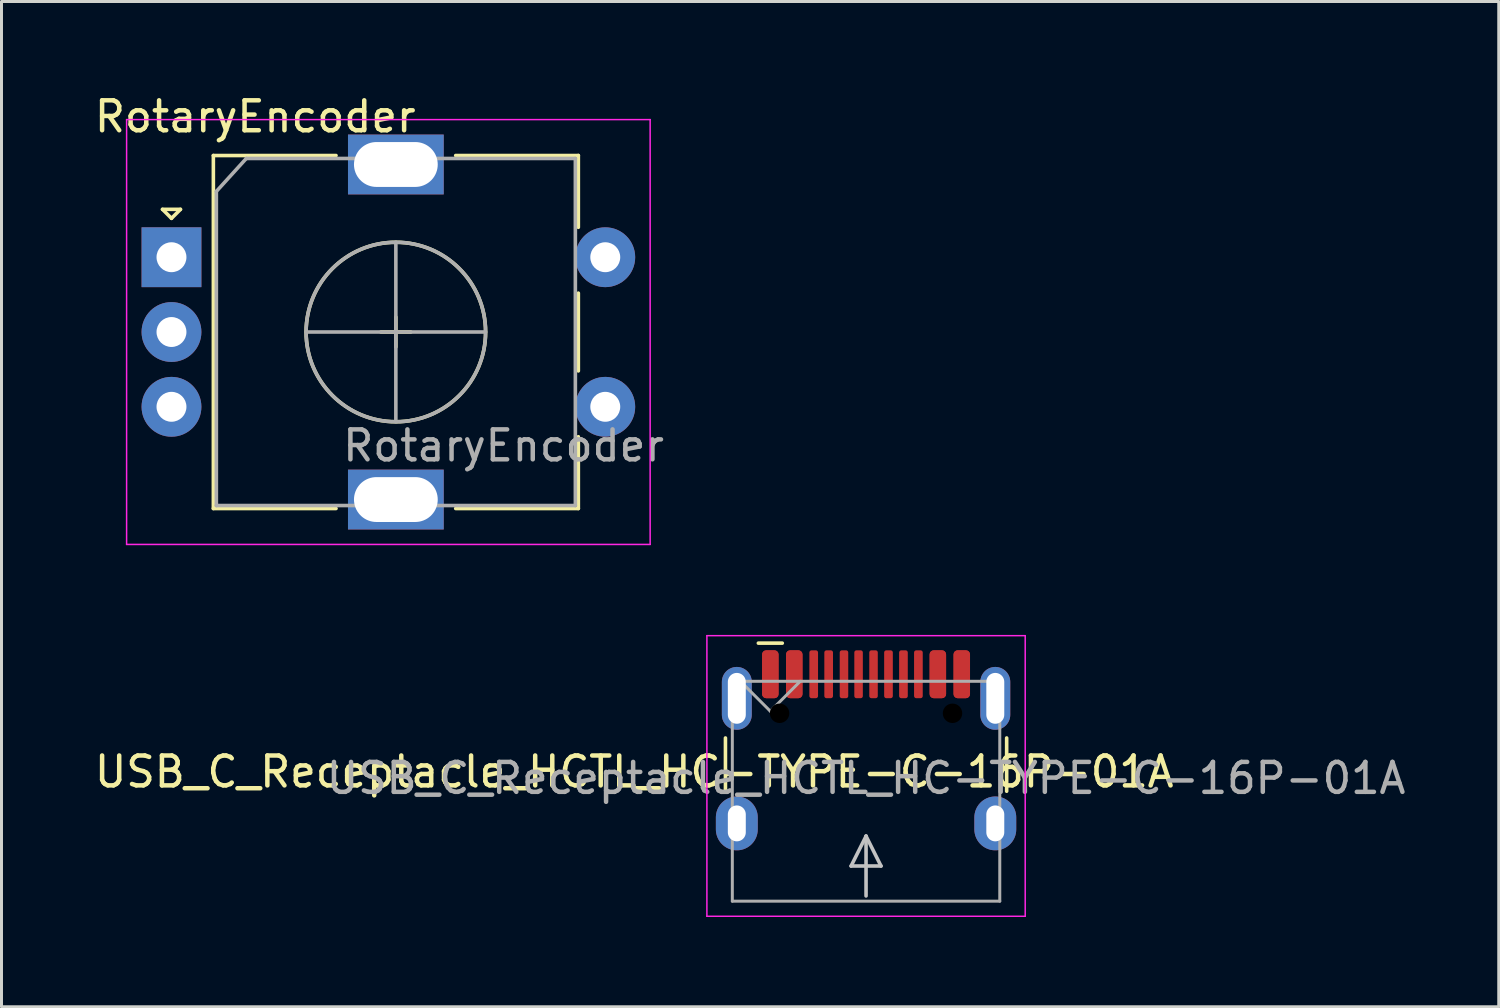
<source format=kicad_pcb>
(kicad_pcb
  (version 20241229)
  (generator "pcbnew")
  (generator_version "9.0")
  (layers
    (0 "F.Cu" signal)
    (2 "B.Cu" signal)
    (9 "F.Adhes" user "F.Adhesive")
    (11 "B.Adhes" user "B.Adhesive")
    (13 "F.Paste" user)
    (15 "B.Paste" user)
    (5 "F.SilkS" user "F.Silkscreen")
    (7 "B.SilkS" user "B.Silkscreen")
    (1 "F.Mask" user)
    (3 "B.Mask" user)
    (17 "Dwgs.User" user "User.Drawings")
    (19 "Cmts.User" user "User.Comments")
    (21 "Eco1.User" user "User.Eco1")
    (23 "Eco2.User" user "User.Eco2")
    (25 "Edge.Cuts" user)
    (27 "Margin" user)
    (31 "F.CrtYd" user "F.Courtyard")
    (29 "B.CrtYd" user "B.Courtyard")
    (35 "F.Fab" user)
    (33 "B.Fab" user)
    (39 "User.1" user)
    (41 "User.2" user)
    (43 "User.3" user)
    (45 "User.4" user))
  (footprint "RotaryEncoder"
    (layer "F.Cu")
    (at 2.682 5.548)
    (property "Reference" "RotaryEncoder" (at 2.8 -4.7 0) (layer "F.SilkS") (effects (font (size 1 1) (thickness 0.15))))
    (attr through_hole)
    (fp_line (start -0.3 -1.6) (end 0.3 -1.6) (stroke (width 0.12) (type solid)) (layer "F.SilkS"))
    (fp_line (start 0 -1.3) (end -0.3 -1.6) (stroke (width 0.12) (type solid)) (layer "F.SilkS"))
    (fp_line (start 0.3 -1.6) (end 0 -1.3) (stroke (width 0.12) (type solid)) (layer "F.SilkS"))
    (fp_line (start 1.4 -3.4) (end 1.4 8.4) (stroke (width 0.12) (type solid)) (layer "F.SilkS"))
    (fp_line (start 5.5 -3.4) (end 1.4 -3.4) (stroke (width 0.12) (type solid)) (layer "F.SilkS"))
    (fp_line (start 5.5 8.4) (end 1.4 8.4) (stroke (width 0.12) (type solid)) (layer "F.SilkS"))
    (fp_line (start 7 2.5) (end 8 2.5) (stroke (width 0.12) (type solid)) (layer "F.SilkS"))
    (fp_line (start 7.5 2) (end 7.5 3) (stroke (width 0.12) (type solid)) (layer "F.SilkS"))
    (fp_line (start 9.5 -3.4) (end 13.6 -3.4) (stroke (width 0.12) (type solid)) (layer "F.SilkS"))
    (fp_line (start 13.6 -3.4) (end 13.6 -1) (stroke (width 0.12) (type solid)) (layer "F.SilkS"))
    (fp_line (start 13.6 1.2) (end 13.6 3.8) (stroke (width 0.12) (type solid)) (layer "F.SilkS"))
    (fp_line (start 13.6 6) (end 13.6 8.4) (stroke (width 0.12) (type solid)) (layer "F.SilkS"))
    (fp_line (start 13.6 8.4) (end 9.5 8.4) (stroke (width 0.12) (type solid)) (layer "F.SilkS"))
    (fp_circle (center 7.5 2.5) (end 10.5 2.5) (stroke (width 0.12) (type solid)) (fill no) (layer "F.SilkS"))
    (fp_line (start -1.5 -4.6) (end -1.5 9.6) (stroke (width 0.05) (type solid)) (layer "F.CrtYd"))
    (fp_line (start -1.5 -4.6) (end 16 -4.6) (stroke (width 0.05) (type solid)) (layer "F.CrtYd"))
    (fp_line (start 16 9.6) (end -1.5 9.6) (stroke (width 0.05) (type solid)) (layer "F.CrtYd"))
    (fp_line (start 16 9.6) (end 16 -4.6) (stroke (width 0.05) (type solid)) (layer "F.CrtYd"))
    (fp_line (start 1.5 -2.2) (end 2.5 -3.3) (stroke (width 0.12) (type solid)) (layer "F.Fab"))
    (fp_line (start 1.5 8.3) (end 1.5 -2.2) (stroke (width 0.12) (type solid)) (layer "F.Fab"))
    (fp_line (start 2.5 -3.3) (end 13.5 -3.3) (stroke (width 0.12) (type solid)) (layer "F.Fab"))
    (fp_line (start 4.5 2.5) (end 10.5 2.5) (stroke (width 0.12) (type solid)) (layer "F.Fab"))
    (fp_line (start 7.5 -0.5) (end 7.5 5.5) (stroke (width 0.12) (type solid)) (layer "F.Fab"))
    (fp_line (start 13.5 -3.3) (end 13.5 8.3) (stroke (width 0.12) (type solid)) (layer "F.Fab"))
    (fp_line (start 13.5 8.3) (end 1.5 8.3) (stroke (width 0.12) (type solid)) (layer "F.Fab"))
    (fp_circle (center 7.5 2.5) (end 10.5 2.5) (stroke (width 0.12) (type solid)) (fill no) (layer "F.Fab"))
    (fp_text user "${REFERENCE}" (at 11.1 6.3 0) (layer "F.Fab") (effects (font (size 1 1) (thickness 0.15))))
    (pad "A" thru_hole rect (at 0 0) (size 2 2) (drill 1) (layers "*.Cu" "*.Mask"))
    (pad "B" thru_hole circle (at 0 5) (size 2 2) (drill 1) (layers "*.Cu" "*.Mask"))
    (pad "C" thru_hole circle (at 0 2.5) (size 2 2) (drill 1) (layers "*.Cu" "*.Mask"))
    (pad "MP" thru_hole rect (at 7.5 -3.1) (size 3.2 2) (drill oval 2.8 1.5) (layers "*.Cu" "*.Mask"))
    (pad "MP" thru_hole rect (at 7.5 8.1) (size 3.2 2) (drill oval 2.8 1.5) (layers "*.Cu" "*.Mask"))
    (pad "S1" thru_hole circle (at 14.5 5) (size 2 2) (drill 1) (layers "*.Cu" "*.Mask"))
    (pad "S2" thru_hole circle (at 14.5 0) (size 2 2) (drill 1) (layers "*.Cu" "*.Mask")))
  (footprint "USB_C_Receptacle_HCTL_HC-TYPE-C-16P-01A"
    (layer "F.Cu")
    (at 25.899 23.398)
    (property "Reference" "USB_C_Receptacle_HCTL_HC-TYPE-C-16P-01A" (at -7.75 -0.65 0) (layer "F.SilkS") (effects (font (size 1 1) (thickness 0.15))))
    (attr smd)
    (fp_line (start -4.7 -1.78) (end -4.7 0) (stroke (width 0.12) (type solid)) (layer "F.SilkS"))
    (fp_line (start -2.8 -4.95) (end -3.6 -4.95) (stroke (width 0.12) (type default)) (layer "F.SilkS"))
    (fp_line (start 4.7 -1.78) (end 4.7 0) (stroke (width 0.12) (type solid)) (layer "F.SilkS"))
    (fp_line (start -0.5 2.5) (end 0 1.5) (stroke (width 0.12) (type default)) (layer "Dwgs.User"))
    (fp_line (start 0 1.5) (end 0.5 2.5) (stroke (width 0.12) (type default)) (layer "Dwgs.User"))
    (fp_line (start 0 3.5) (end 0 1.5) (stroke (width 0.12) (type default)) (layer "Dwgs.User"))
    (fp_line (start 0.5 2.5) (end -0.5 2.5) (stroke (width 0.12) (type default)) (layer "Dwgs.User"))
    (fp_line (start -5.32 -5.2) (end -5.32 4.18) (stroke (width 0.05) (type solid)) (layer "F.CrtYd"))
    (fp_line (start -5.32 -5.2) (end 5.32 -5.2) (stroke (width 0.05) (type solid)) (layer "F.CrtYd"))
    (fp_line (start -5.32 4.18) (end 5.32 4.18) (stroke (width 0.05) (type solid)) (layer "F.CrtYd"))
    (fp_line (start 5.32 -5.2) (end 5.32 4.18) (stroke (width 0.05) (type solid)) (layer "F.CrtYd"))
    (fp_line (start -4.47 -3.675) (end -4.47 3.675) (stroke (width 0.1) (type solid)) (layer "F.Fab"))
    (fp_line (start -4.47 -3.675) (end 4.47 -3.675) (stroke (width 0.1) (type solid)) (layer "F.Fab"))
    (fp_line (start -4.47 3.675) (end 4.47 3.675) (stroke (width 0.1) (type solid)) (layer "F.Fab"))
    (fp_line (start -3.2 -2.675) (end -4.2 -3.675) (stroke (width 0.1) (type default)) (layer "F.Fab"))
    (fp_line (start -3.2 -2.675) (end -2.2 -3.675) (stroke (width 0.1) (type default)) (layer "F.Fab"))
    (fp_line (start 4.47 -3.675) (end 4.47 3.675) (stroke (width 0.1) (type solid)) (layer "F.Fab"))
    (fp_text user "${REFERENCE}" (at 0 -0.435 0) (unlocked yes) (layer "F.Fab") (effects (font (size 1 1) (thickness 0.15))))
    (pad "" np_thru_hole circle (at -2.89 -2.605) (size 0.65 0.65) (drill 0.65) (layers "*.Mask"))
    (pad "" np_thru_hole circle (at 2.89 -2.605) (size 0.65 0.65) (drill 0.65) (layers "*.Mask"))
    (pad "A1" smd roundrect (at -3.2 -3.91) (size 0.55 1.6) (layers "F.Cu" "F.Mask" "F.Paste") (roundrect_rratio 0.25))
    (pad "A4" smd roundrect (at -2.4 -3.91) (size 0.55 1.6) (layers "F.Cu" "F.Mask" "F.Paste") (roundrect_rratio 0.25))
    (pad "A5" smd roundrect (at -1.25 -3.91) (size 0.29 1.6) (layers "F.Cu" "F.Mask" "F.Paste") (roundrect_rratio 0.25))
    (pad "A6" smd roundrect (at -0.25 -3.91) (size 0.285 1.6) (layers "F.Cu" "F.Mask" "F.Paste") (roundrect_rratio 0.25))
    (pad "A7" smd roundrect (at 0.25 -3.91) (size 0.285 1.6) (layers "F.Cu" "F.Mask" "F.Paste") (roundrect_rratio 0.25))
    (pad "A8" smd roundrect (at 1.25 -3.91) (size 0.29 1.6) (layers "F.Cu" "F.Mask" "F.Paste") (roundrect_rratio 0.25))
    (pad "A9" smd roundrect (at 2.4 -3.91) (size 0.55 1.6) (layers "F.Cu" "F.Mask" "F.Paste") (roundrect_rratio 0.25))
    (pad "A12" smd roundrect (at 3.2 -3.91) (size 0.55 1.6) (layers "F.Cu" "F.Mask" "F.Paste") (roundrect_rratio 0.25))
    (pad "B1" smd roundrect (at 3.2 -3.91) (size 0.55 1.6) (layers "F.Cu" "F.Mask" "F.Paste") (roundrect_rratio 0.25))
    (pad "B4" smd roundrect (at 2.4 -3.91) (size 0.55 1.6) (layers "F.Cu" "F.Mask" "F.Paste") (roundrect_rratio 0.25))
    (pad "B5" smd roundrect (at 1.75 -3.91) (size 0.29 1.6) (layers "F.Cu" "F.Mask" "F.Paste") (roundrect_rratio 0.25))
    (pad "B6" smd roundrect (at 0.75 -3.91) (size 0.29 1.6) (layers "F.Cu" "F.Mask" "F.Paste") (roundrect_rratio 0.25))
    (pad "B7" smd roundrect (at -0.738 -3.91) (size 0.285 1.6) (layers "F.Cu" "F.Mask" "F.Paste") (roundrect_rratio 0.25))
    (pad "B8" smd roundrect (at -1.75 -3.91) (size 0.29 1.6) (layers "F.Cu" "F.Mask" "F.Paste") (roundrect_rratio 0.25))
    (pad "B9" smd roundrect (at -2.4 -3.91) (size 0.55 1.6) (layers "F.Cu" "F.Mask" "F.Paste") (roundrect_rratio 0.25))
    (pad "B12" smd roundrect (at -3.2 -3.91) (size 0.55 1.6) (layers "F.Cu" "F.Mask" "F.Paste") (roundrect_rratio 0.25))
    (pad "S1" thru_hole oval (at -4.32 -3.105) (size 1 2.1) (drill oval 0.6 1.7) (property pad_prop_heatsink) (layers "*.Cu" "*.Mask"))
    (pad "S1" thru_hole oval (at -4.32 1.075) (size 1.4 1.8) (drill oval 0.6 1.2) (property pad_prop_heatsink) (layers "*.Cu" "*.Mask"))
    (pad "S1" thru_hole oval (at 4.32 -3.105) (size 1 2.1) (drill oval 0.6 1.7) (property pad_prop_heatsink) (layers "*.Cu" "*.Mask"))
    (pad "S1" thru_hole oval (at 4.32 1.075) (size 1.4 1.8) (drill oval 0.6 1.2) (property pad_prop_heatsink) (layers "*.Cu" "*.Mask")))
  (gr_rect
    (start -3 -3)
    (end 47.048 30.603)
    (stroke (width 0.1) (type default))
    (fill no)
    (layer "Edge.Cuts")))
</source>
